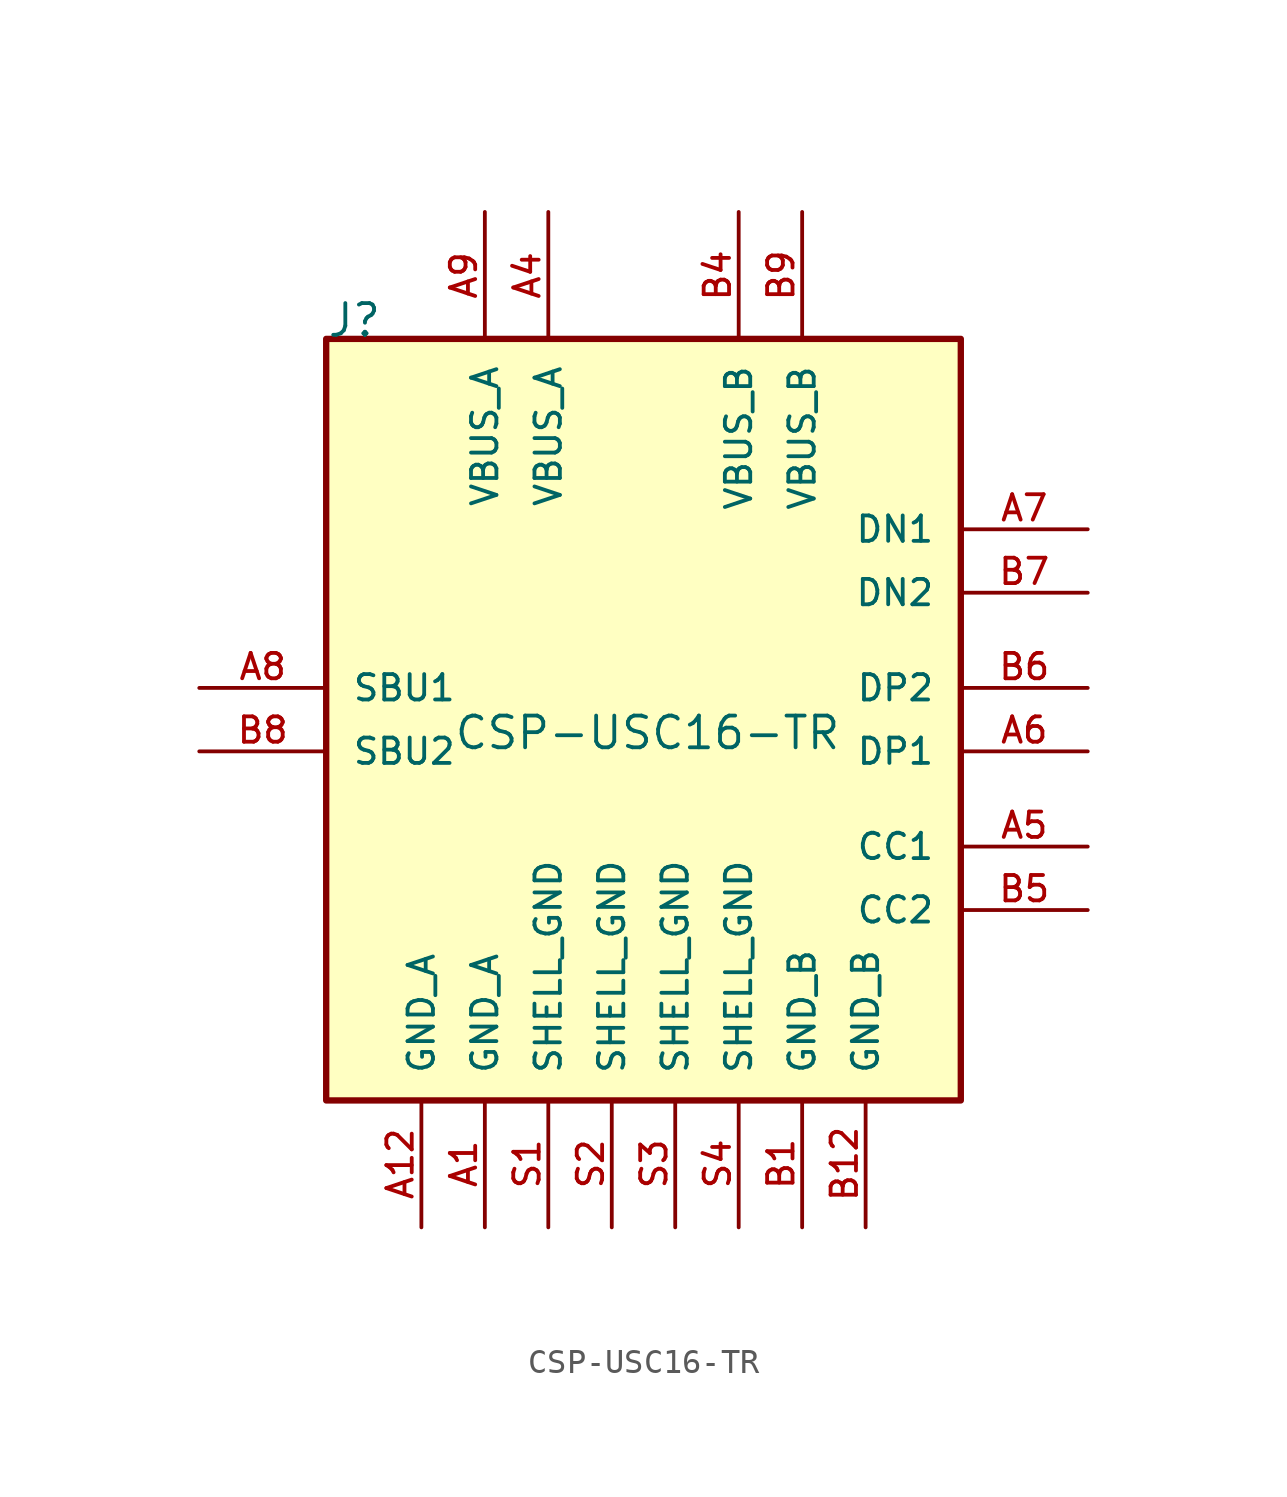
<source format=kicad_sym>
(kicad_symbol_lib
  (version 20231120)
  (generator "kicad_symbol_editor")
  (generator_version "8.0")
  (symbol "CSP-USC16-TR"
    (pin_names
      (offset 1.016))
    (property "Reference" "J"
      (at -12.7 15.24 0)
      (effects (font (size 1.27 1.27)) (justify left bottom)))
    (property "Value" "CSP-USC16-TR"
      (at -7.62 -1.27 0)
      (effects (font (size 1.27 1.27)) (justify left bottom)))
    (symbol "CSP-USC16-TR_0_0"
      (rectangle (start -12.7 15.24) (end 12.7 -15.24) (stroke (width 0.254) (type default)) (fill (type background)))
      (pin bidirectional line (at 17.78 -5.08 180) (length 5.08) (name "CC1" (effects (font (size 1.016 1.016)))) (number "A5" (effects (font (size 1.016 1.016)))))
      (pin bidirectional line (at 17.78 -1.27 180) (length 5.08) (name "DP1" (effects (font (size 1.016 1.016)))) (number "A6" (effects (font (size 1.016 1.016)))))
      (pin bidirectional line (at 17.78 7.62 180) (length 5.08) (name "DN1" (effects (font (size 1.016 1.016)))) (number "A7" (effects (font (size 1.016 1.016)))))
      (pin bidirectional line (at -17.78 1.27 0) (length 5.08) (name "SBU1" (effects (font (size 1.016 1.016)))) (number "A8" (effects (font (size 1.016 1.016)))))
      (pin bidirectional line (at 17.78 -7.62 180) (length 5.08) (name "CC2" (effects (font (size 1.016 1.016)))) (number "B5" (effects (font (size 1.016 1.016)))))
      (pin bidirectional line (at 17.78 1.27 180) (length 5.08) (name "DP2" (effects (font (size 1.016 1.016)))) (number "B6" (effects (font (size 1.016 1.016)))))
      (pin bidirectional line (at 17.78 5.08 180) (length 5.08) (name "DN2" (effects (font (size 1.016 1.016)))) (number "B7" (effects (font (size 1.016 1.016)))))
      (pin bidirectional line (at -17.78 -1.27 0) (length 5.08) (name "SBU2" (effects (font (size 1.016 1.016)))) (number "B8" (effects (font (size 1.016 1.016))))))
    (symbol "CSP-USC16-TR_1_0"
      (pin passive line (at -6.35 -20.32 90) (length 5.08) (name "GND_A" (effects (font (size 1.016 1.016)))) (number "A1" (effects (font (size 1.016 1.016)))))
      (pin passive line (at -8.89 -20.32 90) (length 5.08) (name "GND_A" (effects (font (size 1.016 1.016)))) (number "A12" (effects (font (size 1.016 1.016)))))
      (pin power_in line (at -3.81 20.32 270) (length 5.08) (name "VBUS_A" (effects (font (size 1.016 1.016)))) (number "A4" (effects (font (size 1.016 1.016)))))
      (pin power_in line (at -6.35 20.32 270) (length 5.08) (name "VBUS_A" (effects (font (size 1.016 1.016)))) (number "A9" (effects (font (size 1.016 1.016)))))
      (pin passive line (at 6.35 -20.32 90) (length 5.08) (name "GND_B" (effects (font (size 1.016 1.016)))) (number "B1" (effects (font (size 1.016 1.016)))))
      (pin passive line (at 8.89 -20.32 90) (length 5.08) (name "GND_B" (effects (font (size 1.016 1.016)))) (number "B12" (effects (font (size 1.016 1.016)))))
      (pin power_in line (at 3.81 20.32 270) (length 5.08) (name "VBUS_B" (effects (font (size 1.016 1.016)))) (number "B4" (effects (font (size 1.016 1.016)))))
      (pin power_in line (at 6.35 20.32 270) (length 5.08) (name "VBUS_B" (effects (font (size 1.016 1.016)))) (number "B9" (effects (font (size 1.016 1.016)))))
      (pin passive line (at -3.81 -20.32 90) (length 5.08) (name "SHELL_GND" (effects (font (size 1.016 1.016)))) (number "S1" (effects (font (size 1.016 1.016)))))
      (pin passive line (at -1.27 -20.32 90) (length 5.08) (name "SHELL_GND" (effects (font (size 1.016 1.016)))) (number "S2" (effects (font (size 1.016 1.016)))))
      (pin passive line (at 1.27 -20.32 90) (length 5.08) (name "SHELL_GND" (effects (font (size 1.016 1.016)))) (number "S3" (effects (font (size 1.016 1.016)))))
      (pin passive line (at 3.81 -20.32 90) (length 5.08) (name "SHELL_GND" (effects (font (size 1.016 1.016)))) (number "S4" (effects (font (size 1.016 1.016))))))))
</source>
